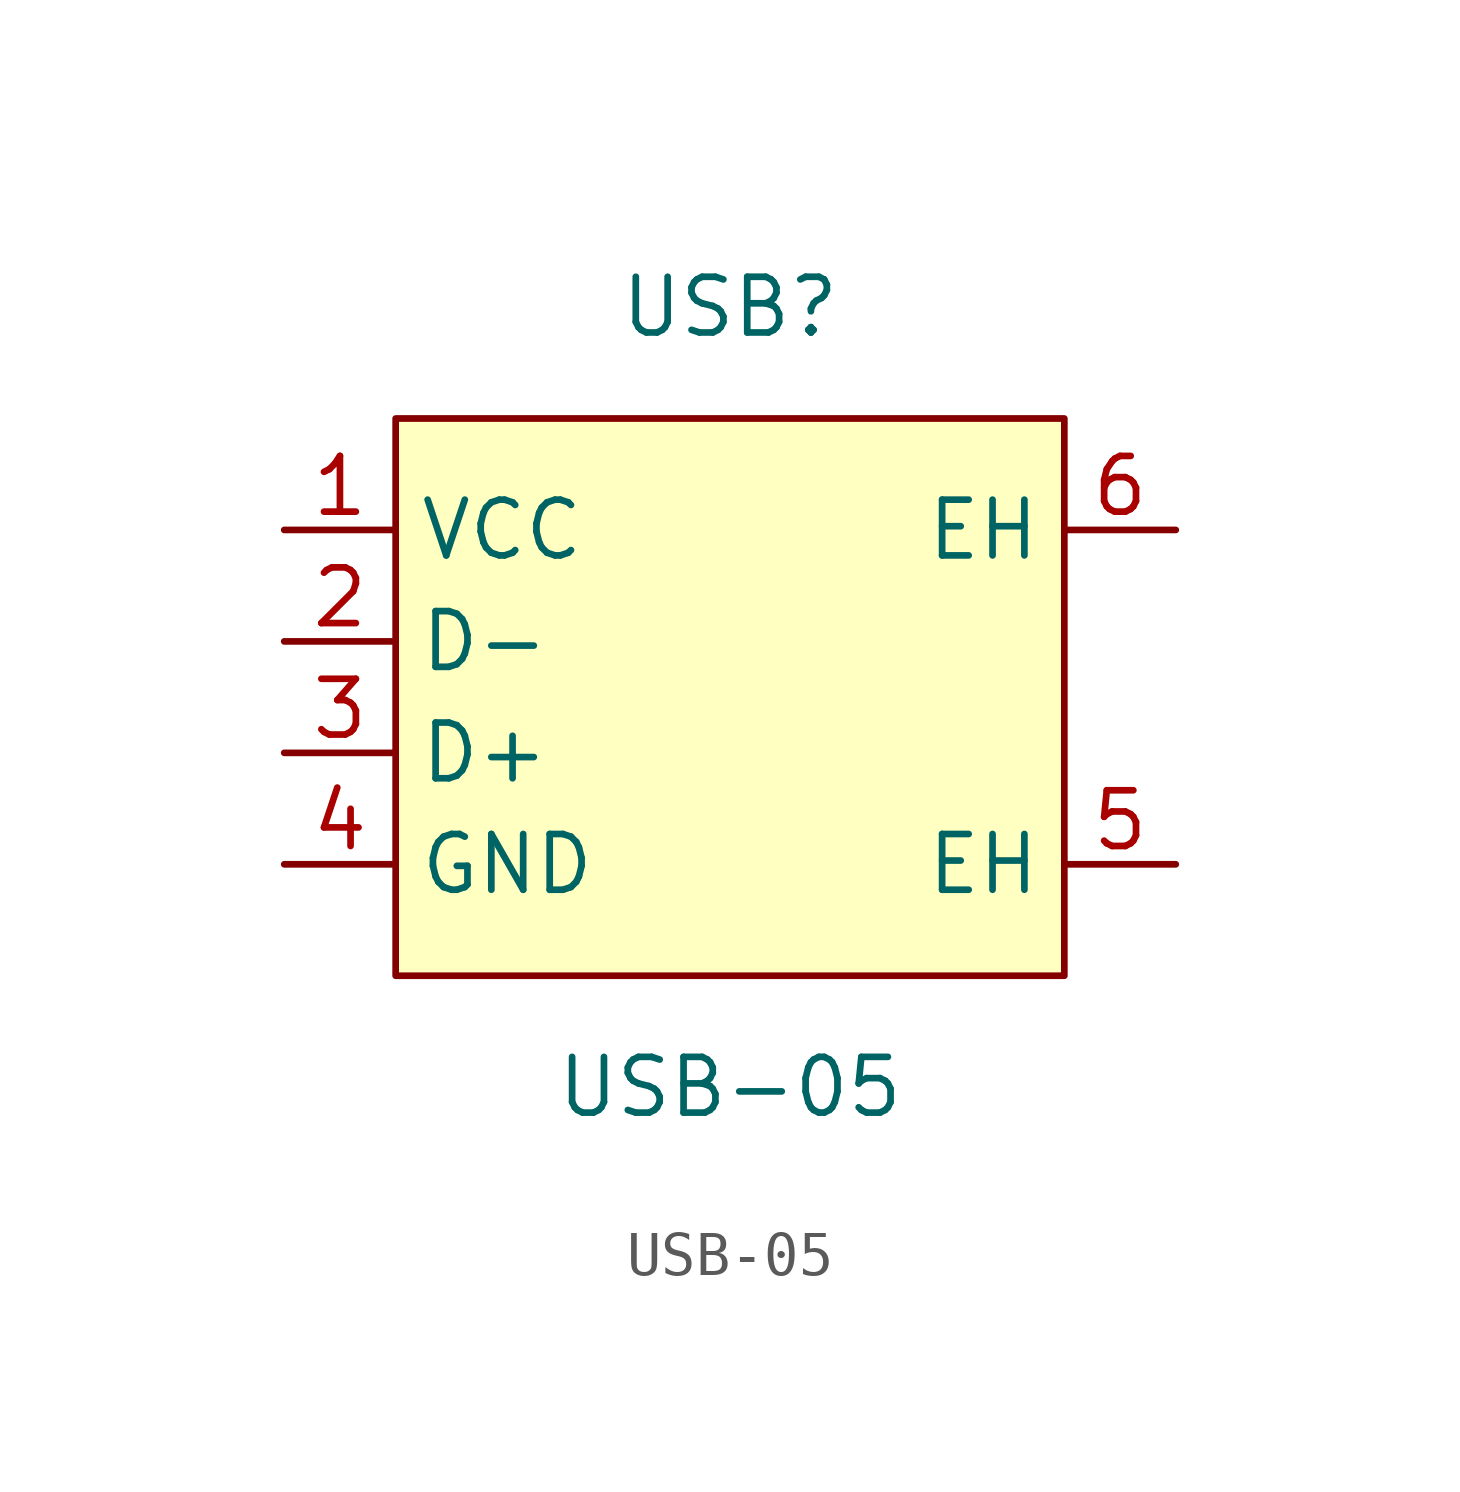
<source format=kicad_sym>
(kicad_symbol_lib
  (version 20211014)
  (generator https://github.com/uPesy/easyeda2kicad.py)
  (symbol "USB-05"
    (property "Reference" "USB"
      (at 0 8.89 0)
      (effects (font (size 1.27 1.27))))
    (property "Value" "USB-05"
      (at 0 -8.89 0)
      (effects (font (size 1.27 1.27))))
    (symbol "USB-05_0_1"
      (rectangle (start -7.62 6.35) (end 7.62 -6.35) (stroke (width 0) (type default) (color 0 0 0 0)) (fill (type background)))
      (pin unspecified line (at 10.16 -3.81 180) (length 2.54) (name "EH" (effects (font (size 1.27 1.27)))) (number "5" (effects (font (size 1.27 1.27)))))
      (pin input line (at -10.16 -3.81 0) (length 2.54) (name "GND" (effects (font (size 1.27 1.27)))) (number "4" (effects (font (size 1.27 1.27)))))
      (pin input line (at -10.16 -1.27 0) (length 2.54) (name "D+" (effects (font (size 1.27 1.27)))) (number "3" (effects (font (size 1.27 1.27)))))
      (pin input line (at -10.16 1.27 0) (length 2.54) (name "D-" (effects (font (size 1.27 1.27)))) (number "2" (effects (font (size 1.27 1.27)))))
      (pin input line (at -10.16 3.81 0) (length 2.54) (name "VCC" (effects (font (size 1.27 1.27)))) (number "1" (effects (font (size 1.27 1.27)))))
      (pin unspecified line (at 10.16 3.81 180) (length 2.54) (name "EH" (effects (font (size 1.27 1.27)))) (number "6" (effects (font (size 1.27 1.27))))))))
</source>
